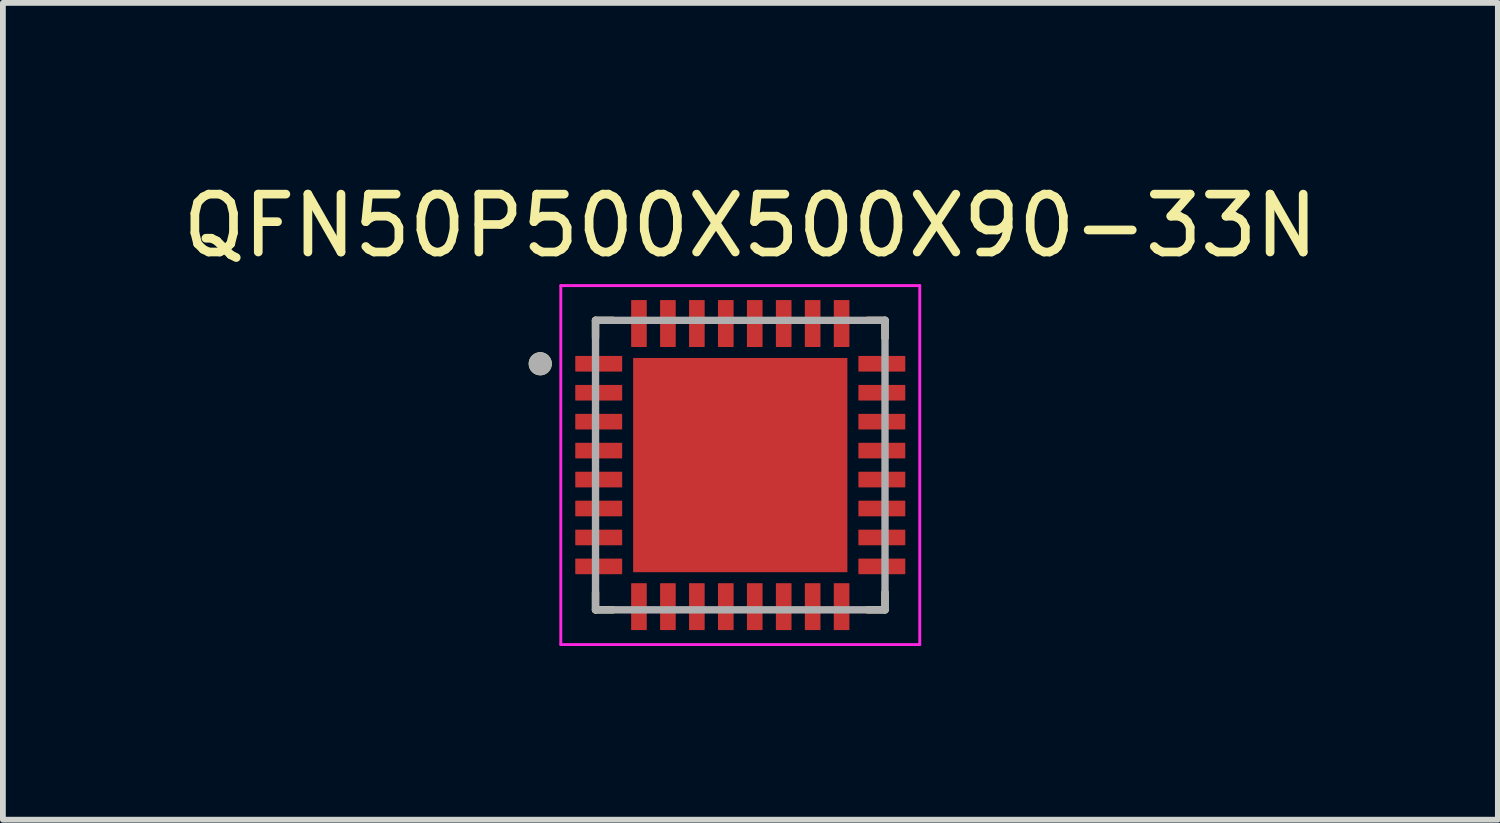
<source format=kicad_pcb>
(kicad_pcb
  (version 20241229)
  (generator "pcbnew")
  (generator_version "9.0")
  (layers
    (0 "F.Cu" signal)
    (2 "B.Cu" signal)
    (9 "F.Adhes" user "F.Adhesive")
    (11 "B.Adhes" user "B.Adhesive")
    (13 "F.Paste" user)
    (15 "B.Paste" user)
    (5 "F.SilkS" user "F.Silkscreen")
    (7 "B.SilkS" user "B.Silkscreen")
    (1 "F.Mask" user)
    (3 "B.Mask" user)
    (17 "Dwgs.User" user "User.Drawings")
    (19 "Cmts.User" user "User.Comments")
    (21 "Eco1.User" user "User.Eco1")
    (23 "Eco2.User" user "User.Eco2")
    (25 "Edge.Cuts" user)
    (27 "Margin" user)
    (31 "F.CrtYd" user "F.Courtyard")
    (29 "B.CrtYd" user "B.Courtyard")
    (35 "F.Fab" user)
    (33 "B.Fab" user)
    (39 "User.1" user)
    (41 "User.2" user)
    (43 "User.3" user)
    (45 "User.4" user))
  (footprint "QFN50P500X500X90-33N"
    (layer "F.Cu")
    (at 9.736 4.983)
    (property "Reference" "QFN50P500X500X90-33N" (at 0.175 -4.135 0) (layer "F.SilkS") (effects (font (size 1 1) (thickness 0.15))))
    (attr smd)
    (fp_line (start -2.5 -2.5) (end -2.5 -2.2) (stroke (width 0.127) (type solid)) (layer "F.SilkS"))
    (fp_line (start -2.5 -2.5) (end -2.2 -2.5) (stroke (width 0.127) (type solid)) (layer "F.SilkS"))
    (fp_line (start -2.5 2.5) (end -2.5 2.2) (stroke (width 0.127) (type solid)) (layer "F.SilkS"))
    (fp_line (start -2.5 2.5) (end -2.2 2.5) (stroke (width 0.127) (type solid)) (layer "F.SilkS"))
    (fp_line (start 2.5 -2.5) (end 2.2 -2.5) (stroke (width 0.127) (type solid)) (layer "F.SilkS"))
    (fp_line (start 2.5 -2.5) (end 2.5 -2.2) (stroke (width 0.127) (type solid)) (layer "F.SilkS"))
    (fp_line (start 2.5 2.5) (end 2.2 2.5) (stroke (width 0.127) (type solid)) (layer "F.SilkS"))
    (fp_line (start 2.5 2.5) (end 2.5 2.2) (stroke (width 0.127) (type solid)) (layer "F.SilkS"))
    (fp_circle (center -3.455 -1.75) (end -3.355 -1.75) (stroke (width 0.2) (type solid)) (fill no) (layer "F.SilkS"))
    (fp_poly (pts (xy -1.17 -1.17) (xy 1.17 -1.17) (xy 1.17 1.17) (xy -1.17 1.17)) (stroke (width 0.01) (type solid)) (fill yes) (layer "F.Paste"))
    (fp_line (start -3.1 -3.1) (end 3.1 -3.1) (stroke (width 0.05) (type solid)) (layer "F.CrtYd"))
    (fp_line (start -3.1 3.1) (end -3.1 -3.1) (stroke (width 0.05) (type solid)) (layer "F.CrtYd"))
    (fp_line (start -3.1 3.1) (end 3.1 3.1) (stroke (width 0.05) (type solid)) (layer "F.CrtYd"))
    (fp_line (start 3.1 3.1) (end 3.1 -3.1) (stroke (width 0.05) (type solid)) (layer "F.CrtYd"))
    (fp_line (start -2.5 2.5) (end -2.5 -2.5) (stroke (width 0.127) (type solid)) (layer "F.Fab"))
    (fp_line (start 2.5 -2.5) (end -2.5 -2.5) (stroke (width 0.127) (type solid)) (layer "F.Fab"))
    (fp_line (start 2.5 2.5) (end -2.5 2.5) (stroke (width 0.127) (type solid)) (layer "F.Fab"))
    (fp_line (start 2.5 2.5) (end 2.5 -2.5) (stroke (width 0.127) (type solid)) (layer "F.Fab"))
    (fp_circle (center -3.455 -1.75) (end -3.355 -1.75) (stroke (width 0.2) (type solid)) (fill no) (layer "F.Fab"))
    (pad "1" smd roundrect (at -2.445 -1.75) (size 0.81 0.27) (layers "F.Cu" "F.Mask" "F.Paste") (roundrect_rratio 0.03))
    (pad "2" smd roundrect (at -2.445 -1.25) (size 0.81 0.27) (layers "F.Cu" "F.Mask" "F.Paste") (roundrect_rratio 0.03))
    (pad "3" smd roundrect (at -2.445 -0.75) (size 0.81 0.27) (layers "F.Cu" "F.Mask" "F.Paste") (roundrect_rratio 0.03))
    (pad "4" smd roundrect (at -2.445 -0.25) (size 0.81 0.27) (layers "F.Cu" "F.Mask" "F.Paste") (roundrect_rratio 0.03))
    (pad "5" smd roundrect (at -2.445 0.25) (size 0.81 0.27) (layers "F.Cu" "F.Mask" "F.Paste") (roundrect_rratio 0.03))
    (pad "6" smd roundrect (at -2.445 0.75) (size 0.81 0.27) (layers "F.Cu" "F.Mask" "F.Paste") (roundrect_rratio 0.03))
    (pad "7" smd roundrect (at -2.445 1.25) (size 0.81 0.27) (layers "F.Cu" "F.Mask" "F.Paste") (roundrect_rratio 0.03))
    (pad "8" smd roundrect (at -2.445 1.75) (size 0.81 0.27) (layers "F.Cu" "F.Mask" "F.Paste") (roundrect_rratio 0.03))
    (pad "9" smd roundrect (at -1.75 2.445 90) (size 0.81 0.27) (layers "F.Cu" "F.Mask" "F.Paste") (roundrect_rratio 0.03))
    (pad "10" smd roundrect (at -1.25 2.445 90) (size 0.81 0.27) (layers "F.Cu" "F.Mask" "F.Paste") (roundrect_rratio 0.03))
    (pad "11" smd roundrect (at -0.75 2.445 90) (size 0.81 0.27) (layers "F.Cu" "F.Mask" "F.Paste") (roundrect_rratio 0.03))
    (pad "12" smd roundrect (at -0.25 2.445 90) (size 0.81 0.27) (layers "F.Cu" "F.Mask" "F.Paste") (roundrect_rratio 0.03))
    (pad "13" smd roundrect (at 0.25 2.445 90) (size 0.81 0.27) (layers "F.Cu" "F.Mask" "F.Paste") (roundrect_rratio 0.03))
    (pad "14" smd roundrect (at 0.75 2.445 90) (size 0.81 0.27) (layers "F.Cu" "F.Mask" "F.Paste") (roundrect_rratio 0.03))
    (pad "15" smd roundrect (at 1.25 2.445 90) (size 0.81 0.27) (layers "F.Cu" "F.Mask" "F.Paste") (roundrect_rratio 0.03))
    (pad "16" smd roundrect (at 1.75 2.445 90) (size 0.81 0.27) (layers "F.Cu" "F.Mask" "F.Paste") (roundrect_rratio 0.03))
    (pad "17" smd roundrect (at 2.445 1.75) (size 0.81 0.27) (layers "F.Cu" "F.Mask" "F.Paste") (roundrect_rratio 0.03))
    (pad "18" smd roundrect (at 2.445 1.25) (size 0.81 0.27) (layers "F.Cu" "F.Mask" "F.Paste") (roundrect_rratio 0.03))
    (pad "19" smd roundrect (at 2.445 0.75) (size 0.81 0.27) (layers "F.Cu" "F.Mask" "F.Paste") (roundrect_rratio 0.03))
    (pad "20" smd roundrect (at 2.445 0.25) (size 0.81 0.27) (layers "F.Cu" "F.Mask" "F.Paste") (roundrect_rratio 0.03))
    (pad "21" smd roundrect (at 2.445 -0.25) (size 0.81 0.27) (layers "F.Cu" "F.Mask" "F.Paste") (roundrect_rratio 0.03))
    (pad "22" smd roundrect (at 2.445 -0.75) (size 0.81 0.27) (layers "F.Cu" "F.Mask" "F.Paste") (roundrect_rratio 0.03))
    (pad "23" smd roundrect (at 2.445 -1.25) (size 0.81 0.27) (layers "F.Cu" "F.Mask" "F.Paste") (roundrect_rratio 0.03))
    (pad "24" smd roundrect (at 2.445 -1.75) (size 0.81 0.27) (layers "F.Cu" "F.Mask" "F.Paste") (roundrect_rratio 0.03))
    (pad "25" smd roundrect (at 1.75 -2.445 90) (size 0.81 0.27) (layers "F.Cu" "F.Mask" "F.Paste") (roundrect_rratio 0.03))
    (pad "26" smd roundrect (at 1.25 -2.445 90) (size 0.81 0.27) (layers "F.Cu" "F.Mask" "F.Paste") (roundrect_rratio 0.03))
    (pad "27" smd roundrect (at 0.75 -2.445 90) (size 0.81 0.27) (layers "F.Cu" "F.Mask" "F.Paste") (roundrect_rratio 0.03))
    (pad "28" smd roundrect (at 0.25 -2.445 90) (size 0.81 0.27) (layers "F.Cu" "F.Mask" "F.Paste") (roundrect_rratio 0.03))
    (pad "29" smd roundrect (at -0.25 -2.445 90) (size 0.81 0.27) (layers "F.Cu" "F.Mask" "F.Paste") (roundrect_rratio 0.03))
    (pad "30" smd roundrect (at -0.75 -2.445 90) (size 0.81 0.27) (layers "F.Cu" "F.Mask" "F.Paste") (roundrect_rratio 0.03))
    (pad "31" smd roundrect (at -1.25 -2.445 90) (size 0.81 0.27) (layers "F.Cu" "F.Mask" "F.Paste") (roundrect_rratio 0.03))
    (pad "32" smd roundrect (at -1.75 -2.445 90) (size 0.81 0.27) (layers "F.Cu" "F.Mask" "F.Paste") (roundrect_rratio 0.03))
    (pad "33" smd rect (at 0 0) (size 3.7 3.7) (layers "F.Cu" "F.Mask")))
  (gr_rect
    (start -3 -3)
    (end 22.821 11.108)
    (stroke (width 0.1) (type default))
    (fill no)
    (layer "Edge.Cuts")))
</source>
